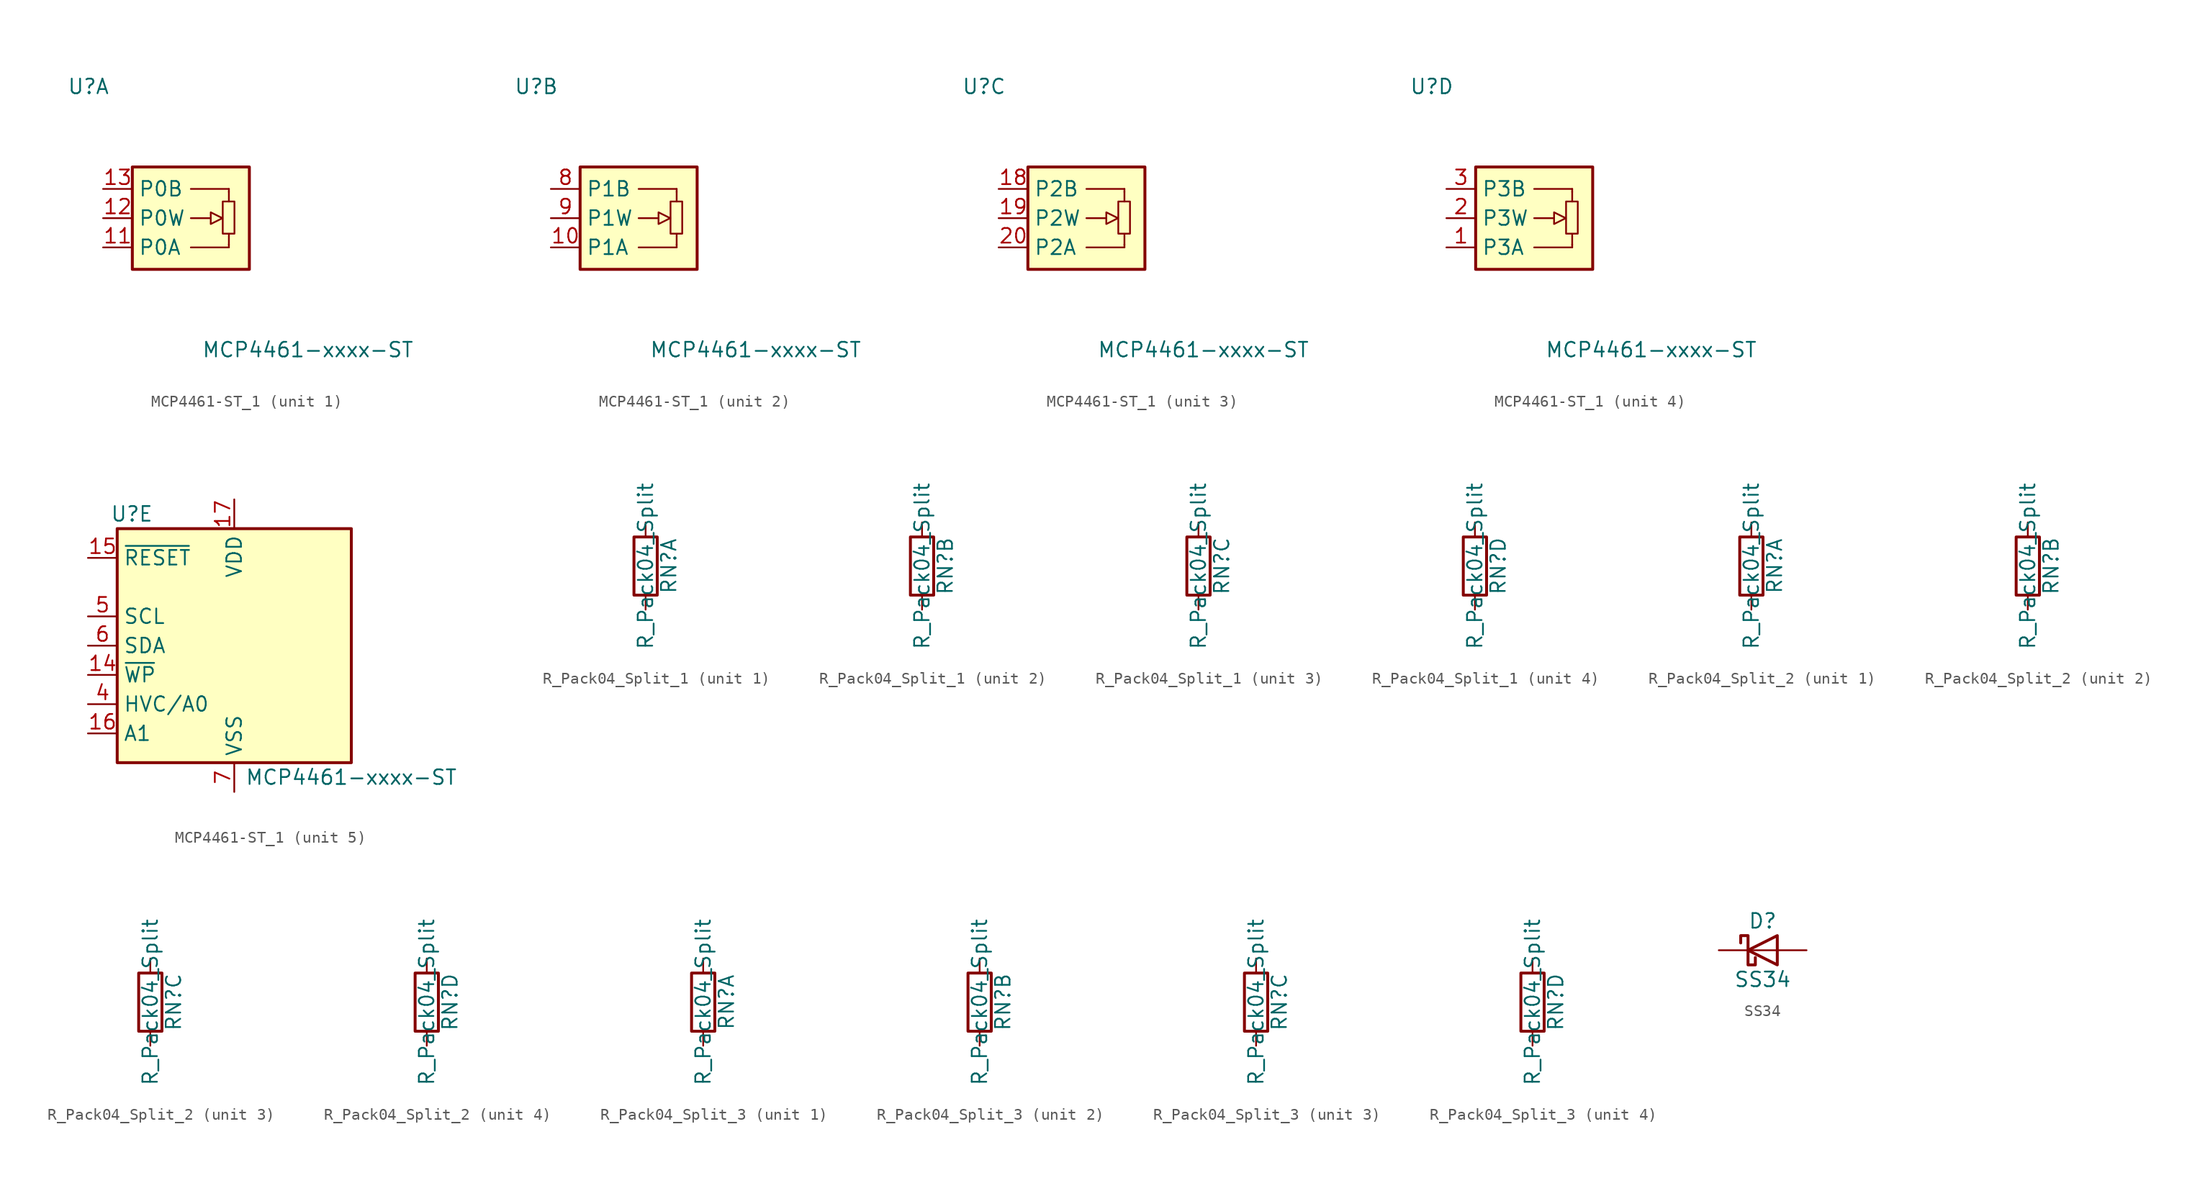
<source format=kicad_sym>
(kicad_symbol_lib
  (version 20241209)
  (generator "kicad_symbol_editor")
  (generator_version "9.0")
  (symbol "MCP4461-ST_1"
    (property "Reference" "U"
      (at -8.89 11.43 0)
      (effects (font (size 1.27 1.27))))
    (property "Value" "MCP4461-xxxx-ST"
      (at 10.16 -11.43 0)
      (effects (font (size 1.27 1.27))))
    (property "ki_locked" ""
      (at 0 0 0)
      (effects (font (size 1.27 1.27))))
    (symbol "MCP4461-ST_1_1_1"
      (polyline (pts (xy 1.727 0) (xy 0 0)) (stroke (width 0) (type default)) (fill (type none)))
      (polyline (pts (xy 1.727 -0.508) (xy 1.727 0.508) (xy 2.743 0) (xy 1.727 -0.508) (xy 1.727 -0.508)) (stroke (width 0) (type default)) (fill (type none)))
      (polyline (pts (xy 3.302 2.54) (xy 0 2.54)) (stroke (width 0) (type default)) (fill (type background)))
      (polyline (pts (xy 3.302 2.54) (xy 3.302 2.286) (xy 3.302 2.286)) (stroke (width 0) (type default)) (fill (type background)))
      (polyline (pts (xy 3.302 2.286) (xy 3.302 1.448)) (stroke (width 0) (type default)) (fill (type none)))
      (polyline (pts (xy 3.302 -2.311) (xy 3.302 -1.372)) (stroke (width 0) (type default)) (fill (type none)))
      (polyline (pts (xy 3.302 -2.54) (xy 0 -2.54)) (stroke (width 0) (type default)) (fill (type background)))
      (polyline (pts (xy 3.302 -2.54) (xy 3.302 -2.286) (xy 3.302 -2.286)) (stroke (width 0) (type default)) (fill (type none)))
      (rectangle (start 3.785 -1.346) (end 2.769 1.448) (stroke (width 0) (type default)) (fill (type none)))
      (rectangle (start 5.08 -4.445) (end -5.08 4.445) (stroke (width 0.254) (type default)) (fill (type background)))
      (pin passive line (at -7.62 2.54 0) (length 2.54) (name "P0B" (effects (font (size 1.27 1.27)))) (number "13" (effects (font (size 1.27 1.27)))))
      (pin passive line (at -7.62 0 0) (length 2.54) (name "P0W" (effects (font (size 1.27 1.27)))) (number "12" (effects (font (size 1.27 1.27)))))
      (pin passive line (at -7.62 -2.54 0) (length 2.54) (name "P0A" (effects (font (size 1.27 1.27)))) (number "11" (effects (font (size 1.27 1.27))))))
    (symbol "MCP4461-ST_1_2_1"
      (polyline (pts (xy 1.727 0) (xy 0 0)) (stroke (width 0) (type default)) (fill (type none)))
      (polyline (pts (xy 1.727 -0.508) (xy 1.727 0.508) (xy 2.743 0) (xy 1.727 -0.508) (xy 1.727 -0.508)) (stroke (width 0) (type default)) (fill (type none)))
      (polyline (pts (xy 3.302 2.54) (xy 0 2.54)) (stroke (width 0) (type default)) (fill (type background)))
      (polyline (pts (xy 3.302 2.54) (xy 3.302 2.286) (xy 3.302 2.286)) (stroke (width 0) (type default)) (fill (type background)))
      (polyline (pts (xy 3.302 2.286) (xy 3.302 1.448)) (stroke (width 0) (type default)) (fill (type none)))
      (polyline (pts (xy 3.302 -2.311) (xy 3.302 -1.372)) (stroke (width 0) (type default)) (fill (type none)))
      (polyline (pts (xy 3.302 -2.54) (xy 0 -2.54)) (stroke (width 0) (type default)) (fill (type background)))
      (polyline (pts (xy 3.302 -2.54) (xy 3.302 -2.286) (xy 3.302 -2.286)) (stroke (width 0) (type default)) (fill (type none)))
      (rectangle (start 3.785 -1.346) (end 2.769 1.448) (stroke (width 0) (type default)) (fill (type none)))
      (rectangle (start 5.08 -4.445) (end -5.08 4.445) (stroke (width 0.254) (type default)) (fill (type background)))
      (pin passive line (at -7.62 2.54 0) (length 2.54) (name "P1B" (effects (font (size 1.27 1.27)))) (number "8" (effects (font (size 1.27 1.27)))))
      (pin passive line (at -7.62 0 0) (length 2.54) (name "P1W" (effects (font (size 1.27 1.27)))) (number "9" (effects (font (size 1.27 1.27)))))
      (pin passive line (at -7.62 -2.54 0) (length 2.54) (name "P1A" (effects (font (size 1.27 1.27)))) (number "10" (effects (font (size 1.27 1.27))))))
    (symbol "MCP4461-ST_1_3_1"
      (rectangle (start -5.08 4.445) (end 5.08 -4.445) (stroke (width 0.254) (type default)) (fill (type background)))
      (polyline (pts (xy 1.727 0) (xy 0 0)) (stroke (width 0) (type default)) (fill (type none)))
      (polyline (pts (xy 1.727 -0.508) (xy 1.727 0.508) (xy 2.743 0) (xy 1.727 -0.508) (xy 1.727 -0.508)) (stroke (width 0) (type default)) (fill (type none)))
      (polyline (pts (xy 3.302 2.54) (xy 0 2.54)) (stroke (width 0) (type default)) (fill (type background)))
      (polyline (pts (xy 3.302 2.54) (xy 3.302 2.286) (xy 3.302 2.286)) (stroke (width 0) (type default)) (fill (type background)))
      (polyline (pts (xy 3.302 2.286) (xy 3.302 1.448)) (stroke (width 0) (type default)) (fill (type none)))
      (polyline (pts (xy 3.302 -2.311) (xy 3.302 -1.372)) (stroke (width 0) (type default)) (fill (type none)))
      (polyline (pts (xy 3.302 -2.54) (xy 0 -2.54)) (stroke (width 0) (type default)) (fill (type background)))
      (polyline (pts (xy 3.302 -2.54) (xy 3.302 -2.286) (xy 3.302 -2.286)) (stroke (width 0) (type default)) (fill (type none)))
      (rectangle (start 3.785 -1.346) (end 2.769 1.448) (stroke (width 0) (type default)) (fill (type none)))
      (pin passive line (at -7.62 2.54 0) (length 2.54) (name "P2B" (effects (font (size 1.27 1.27)))) (number "18" (effects (font (size 1.27 1.27)))))
      (pin passive line (at -7.62 0 0) (length 2.54) (name "P2W" (effects (font (size 1.27 1.27)))) (number "19" (effects (font (size 1.27 1.27)))))
      (pin passive line (at -7.62 -2.54 0) (length 2.54) (name "P2A" (effects (font (size 1.27 1.27)))) (number "20" (effects (font (size 1.27 1.27))))))
    (symbol "MCP4461-ST_1_4_1"
      (polyline (pts (xy 1.727 0) (xy 0 0)) (stroke (width 0) (type default)) (fill (type none)))
      (polyline (pts (xy 1.727 -0.508) (xy 1.727 0.508) (xy 2.743 0) (xy 1.727 -0.508) (xy 1.727 -0.508)) (stroke (width 0) (type default)) (fill (type none)))
      (polyline (pts (xy 3.302 2.54) (xy 0 2.54)) (stroke (width 0) (type default)) (fill (type background)))
      (polyline (pts (xy 3.302 2.54) (xy 3.302 2.286) (xy 3.302 2.286)) (stroke (width 0) (type default)) (fill (type background)))
      (polyline (pts (xy 3.302 2.286) (xy 3.302 1.448)) (stroke (width 0) (type default)) (fill (type none)))
      (polyline (pts (xy 3.302 -2.311) (xy 3.302 -1.372)) (stroke (width 0) (type default)) (fill (type none)))
      (polyline (pts (xy 3.302 -2.54) (xy 0 -2.54)) (stroke (width 0) (type default)) (fill (type background)))
      (polyline (pts (xy 3.302 -2.54) (xy 3.302 -2.286) (xy 3.302 -2.286)) (stroke (width 0) (type default)) (fill (type none)))
      (rectangle (start 3.785 -1.346) (end 2.769 1.448) (stroke (width 0) (type default)) (fill (type none)))
      (rectangle (start 5.08 -4.445) (end -5.08 4.445) (stroke (width 0.254) (type default)) (fill (type background)))
      (pin passive line (at -7.62 2.54 0) (length 2.54) (name "P3B" (effects (font (size 1.27 1.27)))) (number "3" (effects (font (size 1.27 1.27)))))
      (pin passive line (at -7.62 0 0) (length 2.54) (name "P3W" (effects (font (size 1.27 1.27)))) (number "2" (effects (font (size 1.27 1.27)))))
      (pin passive line (at -7.62 -2.54 0) (length 2.54) (name "P3A" (effects (font (size 1.27 1.27)))) (number "1" (effects (font (size 1.27 1.27))))))
    (symbol "MCP4461-ST_1_5_1"
      (rectangle (start -10.16 10.16) (end 10.16 -10.16) (stroke (width 0.254) (type default)) (fill (type background)))
      (pin input line (at -12.7 7.62 0) (length 2.54) (name "~{RESET}" (effects (font (size 1.27 1.27)))) (number "15" (effects (font (size 1.27 1.27)))))
      (pin input line (at -12.7 2.54 0) (length 2.54) (name "SCL" (effects (font (size 1.27 1.27)))) (number "5" (effects (font (size 1.27 1.27)))))
      (pin bidirectional line (at -12.7 0 0) (length 2.54) (name "SDA" (effects (font (size 1.27 1.27)))) (number "6" (effects (font (size 1.27 1.27)))))
      (pin input line (at -12.7 -2.54 0) (length 2.54) (name "~{WP}" (effects (font (size 1.27 1.27)))) (number "14" (effects (font (size 1.27 1.27)))))
      (pin input line (at -12.7 -5.08 0) (length 2.54) (name "HVC/A0" (effects (font (size 1.27 1.27)))) (number "4" (effects (font (size 1.27 1.27)))))
      (pin input line (at -12.7 -7.62 0) (length 2.54) (name "A1" (effects (font (size 1.27 1.27)))) (number "16" (effects (font (size 1.27 1.27)))))
      (pin power_in line (at 0 12.7 270) (length 2.54) (name "VDD" (effects (font (size 1.27 1.27)))) (number "17" (effects (font (size 1.27 1.27)))))
      (pin power_in line (at 0 -12.7 90) (length 2.54) (name "VSS" (effects (font (size 1.27 1.27)))) (number "7" (effects (font (size 1.27 1.27)))))))
  (symbol "R_Pack04_Split_1"
    (pin_numbers
      (hide yes))
    (pin_names
      (offset 0)
      (hide yes))
    (property "Reference" "RN"
      (at 2.032 0 90)
      (effects (font (size 1.27 1.27))))
    (property "Value" "R_Pack04_Split"
      (at 0 0 90)
      (effects (font (size 1.27 1.27))))
    (symbol "R_Pack04_Split_1_0_1"
      (rectangle (start 1.016 2.54) (end -1.016 -2.54) (stroke (width 0.254) (type default)) (fill (type none))))
    (symbol "R_Pack04_Split_1_1_1"
      (pin passive line (at 0 3.81 270) (length 1.27) (name "R1.2" (effects (font (size 1.27 1.27)))) (number "8" (effects (font (size 1.27 1.27)))))
      (pin passive line (at 0 -3.81 90) (length 1.27) (name "R1.1" (effects (font (size 1.27 1.27)))) (number "1" (effects (font (size 1.27 1.27))))))
    (symbol "R_Pack04_Split_1_2_1"
      (pin passive line (at 0 3.81 270) (length 1.27) (name "R2.2" (effects (font (size 1.27 1.27)))) (number "7" (effects (font (size 1.27 1.27)))))
      (pin passive line (at 0 -3.81 90) (length 1.27) (name "R2.1" (effects (font (size 1.27 1.27)))) (number "2" (effects (font (size 1.27 1.27))))))
    (symbol "R_Pack04_Split_1_3_1"
      (pin passive line (at 0 3.81 270) (length 1.27) (name "R3.2" (effects (font (size 1.27 1.27)))) (number "6" (effects (font (size 1.27 1.27)))))
      (pin passive line (at 0 -3.81 90) (length 1.27) (name "R3.1" (effects (font (size 1.27 1.27)))) (number "3" (effects (font (size 1.27 1.27))))))
    (symbol "R_Pack04_Split_1_4_1"
      (pin passive line (at 0 3.81 270) (length 1.27) (name "R4.2" (effects (font (size 1.27 1.27)))) (number "5" (effects (font (size 1.27 1.27)))))
      (pin passive line (at 0 -3.81 90) (length 1.27) (name "R4.1" (effects (font (size 1.27 1.27)))) (number "4" (effects (font (size 1.27 1.27)))))))
  (symbol "R_Pack04_Split_2"
    (pin_numbers
      (hide yes))
    (pin_names
      (offset 0)
      (hide yes))
    (property "Reference" "RN"
      (at 2.032 0 90)
      (effects (font (size 1.27 1.27))))
    (property "Value" "R_Pack04_Split"
      (at 0 0 90)
      (effects (font (size 1.27 1.27))))
    (symbol "R_Pack04_Split_2_0_1"
      (rectangle (start 1.016 2.54) (end -1.016 -2.54) (stroke (width 0.254) (type default)) (fill (type none))))
    (symbol "R_Pack04_Split_2_1_1"
      (pin passive line (at 0 3.81 270) (length 1.27) (name "R1.2" (effects (font (size 1.27 1.27)))) (number "8" (effects (font (size 1.27 1.27)))))
      (pin passive line (at 0 -3.81 90) (length 1.27) (name "R1.1" (effects (font (size 1.27 1.27)))) (number "1" (effects (font (size 1.27 1.27))))))
    (symbol "R_Pack04_Split_2_2_1"
      (pin passive line (at 0 3.81 270) (length 1.27) (name "R2.2" (effects (font (size 1.27 1.27)))) (number "7" (effects (font (size 1.27 1.27)))))
      (pin passive line (at 0 -3.81 90) (length 1.27) (name "R2.1" (effects (font (size 1.27 1.27)))) (number "2" (effects (font (size 1.27 1.27))))))
    (symbol "R_Pack04_Split_2_3_1"
      (pin passive line (at 0 3.81 270) (length 1.27) (name "R3.2" (effects (font (size 1.27 1.27)))) (number "6" (effects (font (size 1.27 1.27)))))
      (pin passive line (at 0 -3.81 90) (length 1.27) (name "R3.1" (effects (font (size 1.27 1.27)))) (number "3" (effects (font (size 1.27 1.27))))))
    (symbol "R_Pack04_Split_2_4_1"
      (pin passive line (at 0 3.81 270) (length 1.27) (name "R4.2" (effects (font (size 1.27 1.27)))) (number "5" (effects (font (size 1.27 1.27)))))
      (pin passive line (at 0 -3.81 90) (length 1.27) (name "R4.1" (effects (font (size 1.27 1.27)))) (number "4" (effects (font (size 1.27 1.27)))))))
  (symbol "R_Pack04_Split_3"
    (pin_numbers
      (hide yes))
    (pin_names
      (offset 0)
      (hide yes))
    (property "Reference" "RN"
      (at 2.032 0 90)
      (effects (font (size 1.27 1.27))))
    (property "Value" "R_Pack04_Split"
      (at 0 0 90)
      (effects (font (size 1.27 1.27))))
    (symbol "R_Pack04_Split_3_0_1"
      (rectangle (start 1.016 2.54) (end -1.016 -2.54) (stroke (width 0.254) (type default)) (fill (type none))))
    (symbol "R_Pack04_Split_3_1_1"
      (pin passive line (at 0 3.81 270) (length 1.27) (name "R1.2" (effects (font (size 1.27 1.27)))) (number "8" (effects (font (size 1.27 1.27)))))
      (pin passive line (at 0 -3.81 90) (length 1.27) (name "R1.1" (effects (font (size 1.27 1.27)))) (number "1" (effects (font (size 1.27 1.27))))))
    (symbol "R_Pack04_Split_3_2_1"
      (pin passive line (at 0 3.81 270) (length 1.27) (name "R2.2" (effects (font (size 1.27 1.27)))) (number "7" (effects (font (size 1.27 1.27)))))
      (pin passive line (at 0 -3.81 90) (length 1.27) (name "R2.1" (effects (font (size 1.27 1.27)))) (number "2" (effects (font (size 1.27 1.27))))))
    (symbol "R_Pack04_Split_3_3_1"
      (pin passive line (at 0 3.81 270) (length 1.27) (name "R3.2" (effects (font (size 1.27 1.27)))) (number "6" (effects (font (size 1.27 1.27)))))
      (pin passive line (at 0 -3.81 90) (length 1.27) (name "R3.1" (effects (font (size 1.27 1.27)))) (number "3" (effects (font (size 1.27 1.27))))))
    (symbol "R_Pack04_Split_3_4_1"
      (pin passive line (at 0 3.81 270) (length 1.27) (name "R4.2" (effects (font (size 1.27 1.27)))) (number "5" (effects (font (size 1.27 1.27)))))
      (pin passive line (at 0 -3.81 90) (length 1.27) (name "R4.1" (effects (font (size 1.27 1.27)))) (number "4" (effects (font (size 1.27 1.27)))))))
  (symbol "SS34"
    (pin_numbers
      (hide yes))
    (pin_names
      (offset 1.016)
      (hide yes))
    (property "Reference" "D"
      (at 0 2.54 0)
      (effects (font (size 1.27 1.27))))
    (property "Value" "SS34"
      (at 0 -2.54 0)
      (effects (font (size 1.27 1.27))))
    (symbol "SS34_0_1"
      (polyline (pts (xy -1.905 0.635) (xy -1.905 1.27) (xy -1.27 1.27) (xy -1.27 -1.27) (xy -0.635 -1.27) (xy -0.635 -0.635)) (stroke (width 0.254) (type default)) (fill (type none)))
      (polyline (pts (xy 1.27 1.27) (xy 1.27 -1.27) (xy -1.27 0) (xy 1.27 1.27)) (stroke (width 0.254) (type default)) (fill (type none)))
      (polyline (pts (xy 1.27 0) (xy -1.27 0)) (stroke (width 0) (type default)) (fill (type none))))
    (symbol "SS34_1_1"
      (pin passive line (at -3.81 0 0) (length 2.54) (name "K" (effects (font (size 1.27 1.27)))) (number "1" (effects (font (size 1.27 1.27)))))
      (pin passive line (at 3.81 0 180) (length 2.54) (name "A" (effects (font (size 1.27 1.27)))) (number "2" (effects (font (size 1.27 1.27))))))))
</source>
